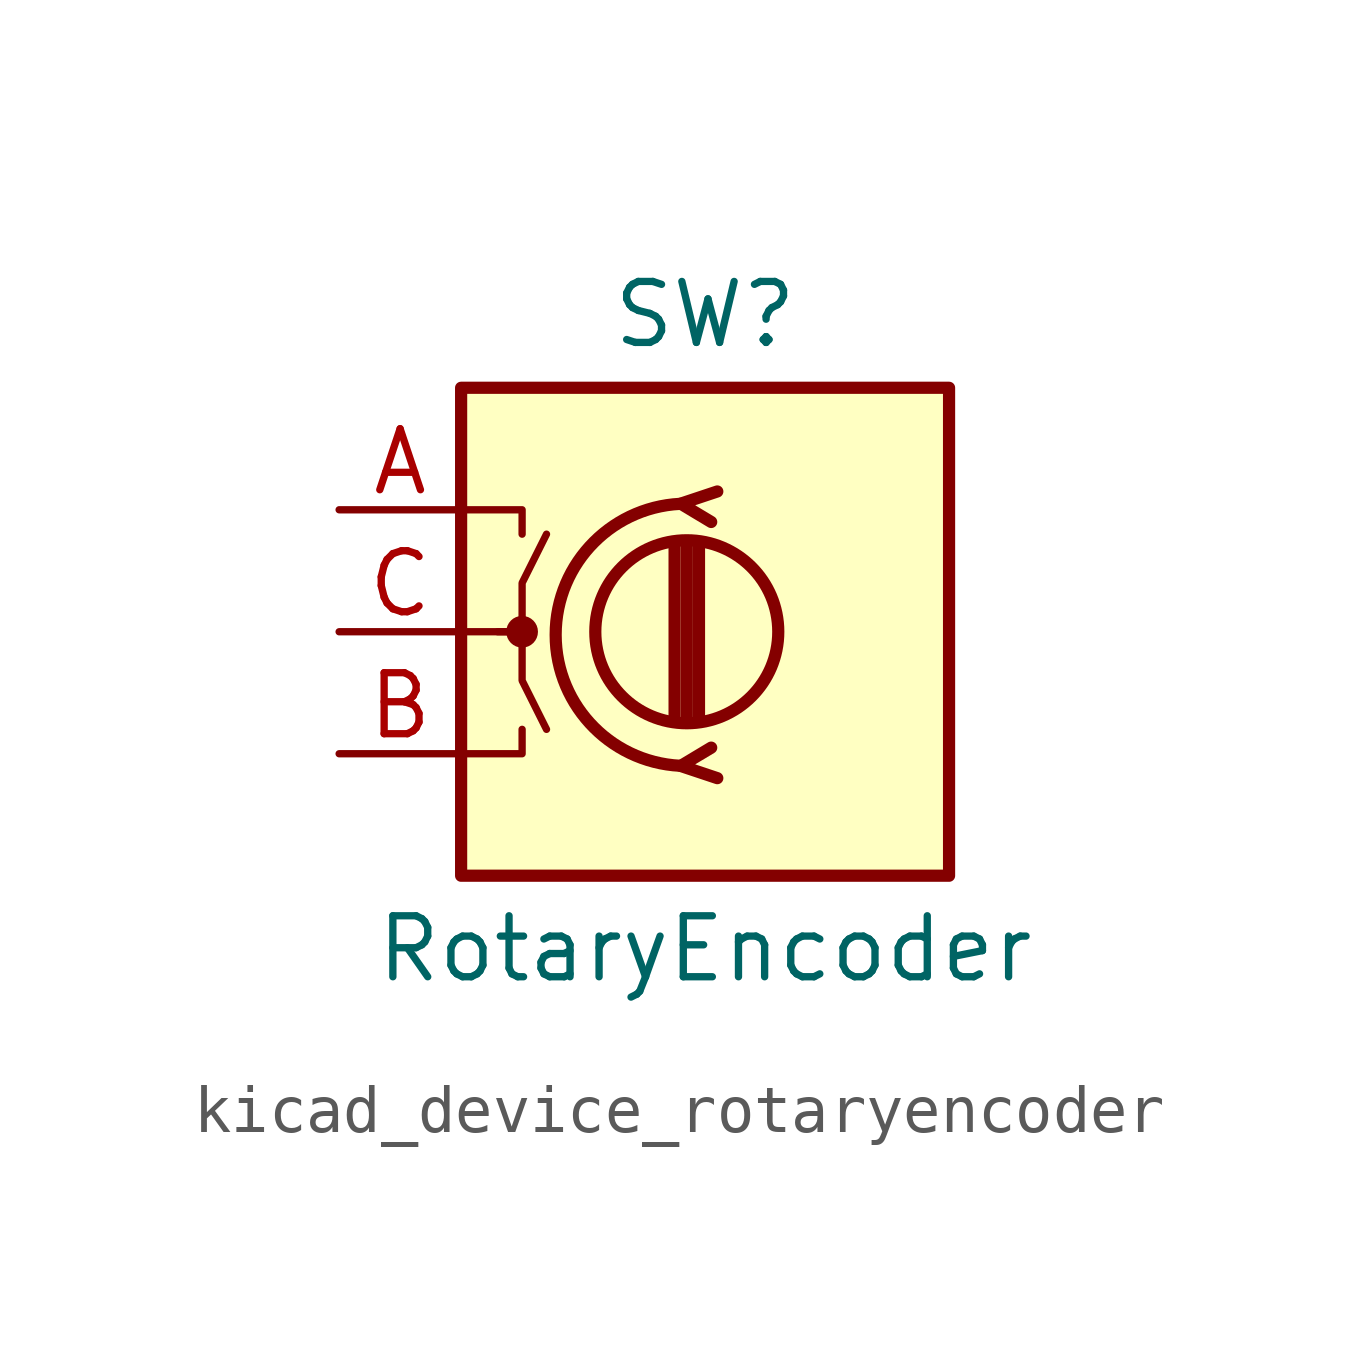
<source format=kicad_sym>
(kicad_symbol_lib
  (version 20220914)
  (generator kicad_symbol_editor)
  (symbol "kicad_device_rotaryencoder"
    (pin_names
      (offset 0.254) hide)
    (property "Reference" "SW"
      (at 0 6.604 0)
      (effects (font (size 1.27 1.27))))
    (property "Value" "RotaryEncoder"
      (at 0 -6.604 0)
      (effects (font (size 1.27 1.27))))
    (symbol "kicad_device_rotaryencoder_0_1"
      (rectangle (start -5.08 5.08) (end 5.08 -5.08) (stroke (width 0.254) (type default)) (fill (type background)))
      (circle (center -3.81 0) (radius 0.254) (stroke (width 0) (type default)) (fill (type outline)))
      (circle (center -0.381 0) (radius 1.905) (stroke (width 0.254) (type default)) (fill (type none)))
      (arc (start -0.381 2.667) (mid -3.0988 -0.0635) (end -0.381 -2.794) (stroke (width 0.254) (type default)) (fill (type none)))
      (polyline (pts (xy -0.635 -1.778) (xy -0.635 1.778)) (stroke (width 0.254) (type default)) (fill (type none)))
      (polyline (pts (xy -0.381 -1.778) (xy -0.381 1.778)) (stroke (width 0.254) (type default)) (fill (type none)))
      (polyline (pts (xy -0.127 1.778) (xy -0.127 -1.778)) (stroke (width 0.254) (type default)) (fill (type none)))
      (polyline (pts (xy -5.08 -2.54) (xy -3.81 -2.54) (xy -3.81 -2.032)) (stroke (width 0) (type default)) (fill (type none)))
      (polyline (pts (xy -5.08 2.54) (xy -3.81 2.54) (xy -3.81 2.032)) (stroke (width 0) (type default)) (fill (type none)))
      (polyline (pts (xy 0.254 -3.048) (xy -0.508 -2.794) (xy 0.127 -2.413)) (stroke (width 0.254) (type default)) (fill (type none)))
      (polyline (pts (xy 0.254 2.921) (xy -0.508 2.667) (xy 0.127 2.286)) (stroke (width 0.254) (type default)) (fill (type none)))
      (polyline (pts (xy -5.08 0) (xy -3.81 0) (xy -3.81 -1.016) (xy -3.302 -2.032)) (stroke (width 0) (type default)) (fill (type none)))
      (polyline (pts (xy -4.318 0) (xy -3.81 0) (xy -3.81 1.016) (xy -3.302 2.032)) (stroke (width 0) (type default)) (fill (type none))))
    (symbol "kicad_device_rotaryencoder_1_1"
      (pin passive line (at -7.62 2.54 0) (length 2.54) (name "A" (effects (font (size 1.27 1.27)))) (number "A" (effects (font (size 1.27 1.27)))))
      (pin passive line (at -7.62 -2.54 0) (length 2.54) (name "B" (effects (font (size 1.27 1.27)))) (number "B" (effects (font (size 1.27 1.27)))))
      (pin passive line (at -7.62 0 0) (length 2.54) (name "C" (effects (font (size 1.27 1.27)))) (number "C" (effects (font (size 1.27 1.27))))))))
</source>
